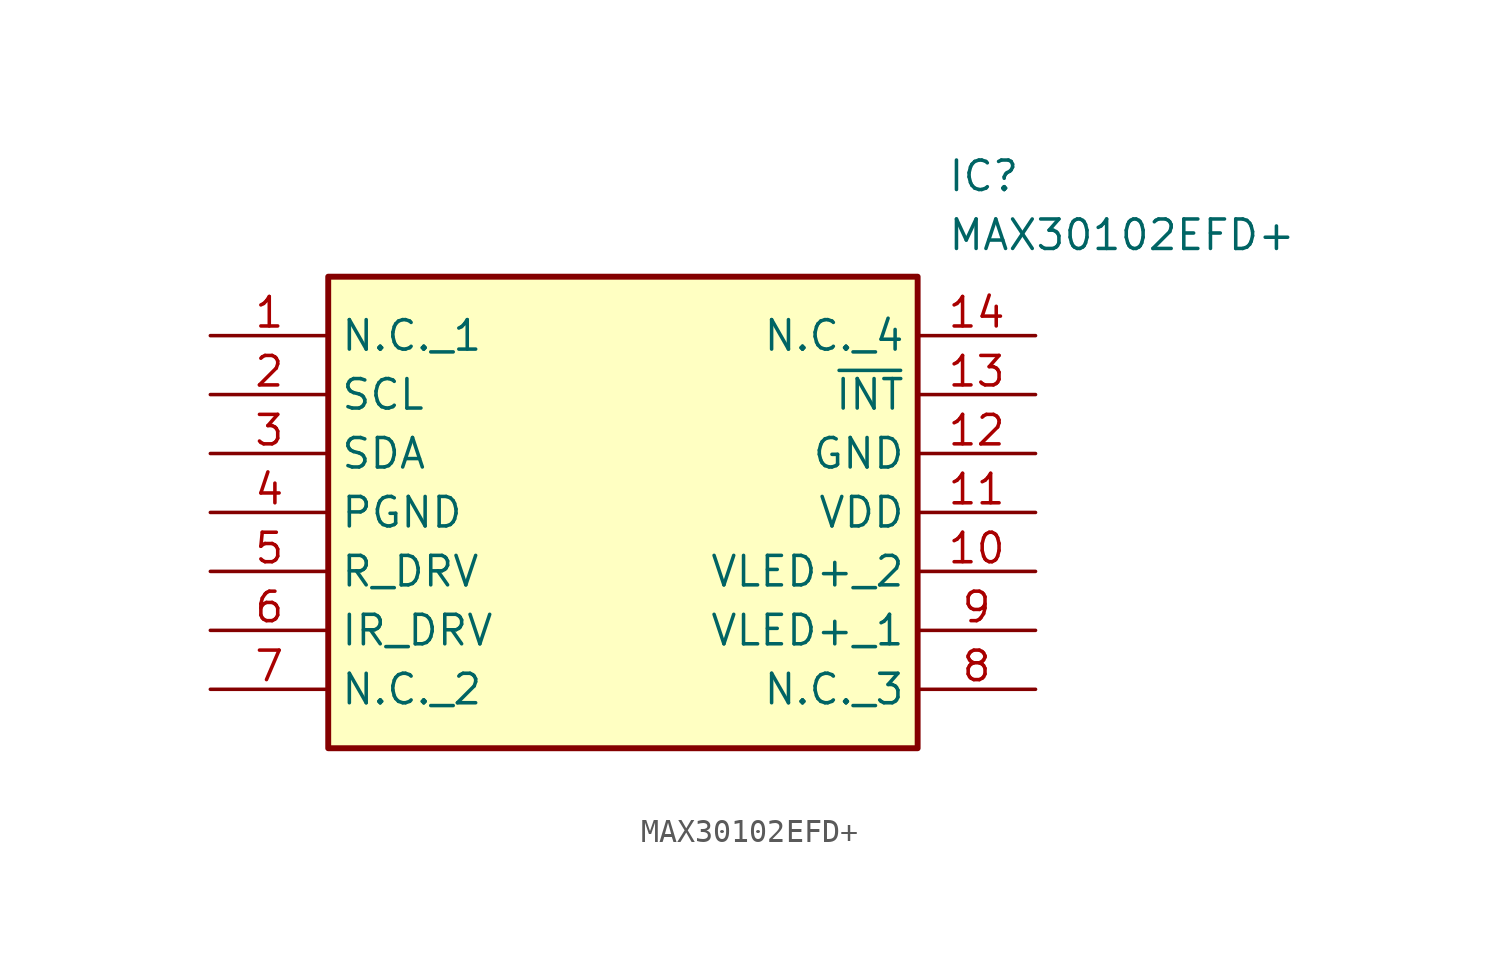
<source format=kicad_sym>
(kicad_symbol_lib
  (version 20211014)
  (generator SamacSys_ECAD_Model)
  (symbol "MAX30102EFD+"
    (property "Reference" "IC"
      (at 31.75 7.62 0)
      (effects (font (size 1.27 1.27)) (justify left top)))
    (property "Value" "MAX30102EFD+"
      (at 31.75 5.08 0)
      (effects (font (size 1.27 1.27)) (justify left top)))
    (rectangle
      (start 5.08 2.54)
      (end 30.48 -17.78)
      (stroke (width 0.254) (type default))
      (fill (type background)))
    (pin passive line
      (at 0 0 0)
      (length 5.08)
      (name "N.C._1" (effects (font (size 1.27 1.27))))
      (number "1" (effects (font (size 1.27 1.27)))))
    (pin passive line
      (at 0 -2.54 0)
      (length 5.08)
      (name "SCL" (effects (font (size 1.27 1.27))))
      (number "2" (effects (font (size 1.27 1.27)))))
    (pin passive line
      (at 0 -5.08 0)
      (length 5.08)
      (name "SDA" (effects (font (size 1.27 1.27))))
      (number "3" (effects (font (size 1.27 1.27)))))
    (pin passive line
      (at 0 -7.62 0)
      (length 5.08)
      (name "PGND" (effects (font (size 1.27 1.27))))
      (number "4" (effects (font (size 1.27 1.27)))))
    (pin passive line
      (at 0 -10.16 0)
      (length 5.08)
      (name "R_DRV" (effects (font (size 1.27 1.27))))
      (number "5" (effects (font (size 1.27 1.27)))))
    (pin passive line
      (at 0 -12.7 0)
      (length 5.08)
      (name "IR_DRV" (effects (font (size 1.27 1.27))))
      (number "6" (effects (font (size 1.27 1.27)))))
    (pin passive line
      (at 0 -15.24 0)
      (length 5.08)
      (name "N.C._2" (effects (font (size 1.27 1.27))))
      (number "7" (effects (font (size 1.27 1.27)))))
    (pin passive line
      (at 35.56 -15.24 180)
      (length 5.08)
      (name "N.C._3" (effects (font (size 1.27 1.27))))
      (number "8" (effects (font (size 1.27 1.27)))))
    (pin passive line
      (at 35.56 -12.7 180)
      (length 5.08)
      (name "VLED+_1" (effects (font (size 1.27 1.27))))
      (number "9" (effects (font (size 1.27 1.27)))))
    (pin passive line
      (at 35.56 -10.16 180)
      (length 5.08)
      (name "VLED+_2" (effects (font (size 1.27 1.27))))
      (number "10" (effects (font (size 1.27 1.27)))))
    (pin passive line
      (at 35.56 -7.62 180)
      (length 5.08)
      (name "VDD" (effects (font (size 1.27 1.27))))
      (number "11" (effects (font (size 1.27 1.27)))))
    (pin passive line
      (at 35.56 -5.08 180)
      (length 5.08)
      (name "GND" (effects (font (size 1.27 1.27))))
      (number "12" (effects (font (size 1.27 1.27)))))
    (pin passive line
      (at 35.56 -2.54 180)
      (length 5.08)
      (name "~{INT}" (effects (font (size 1.27 1.27))))
      (number "13" (effects (font (size 1.27 1.27)))))
    (pin passive line
      (at 35.56 0 180)
      (length 5.08)
      (name "N.C._4" (effects (font (size 1.27 1.27))))
      (number "14" (effects (font (size 1.27 1.27)))))))
</source>
